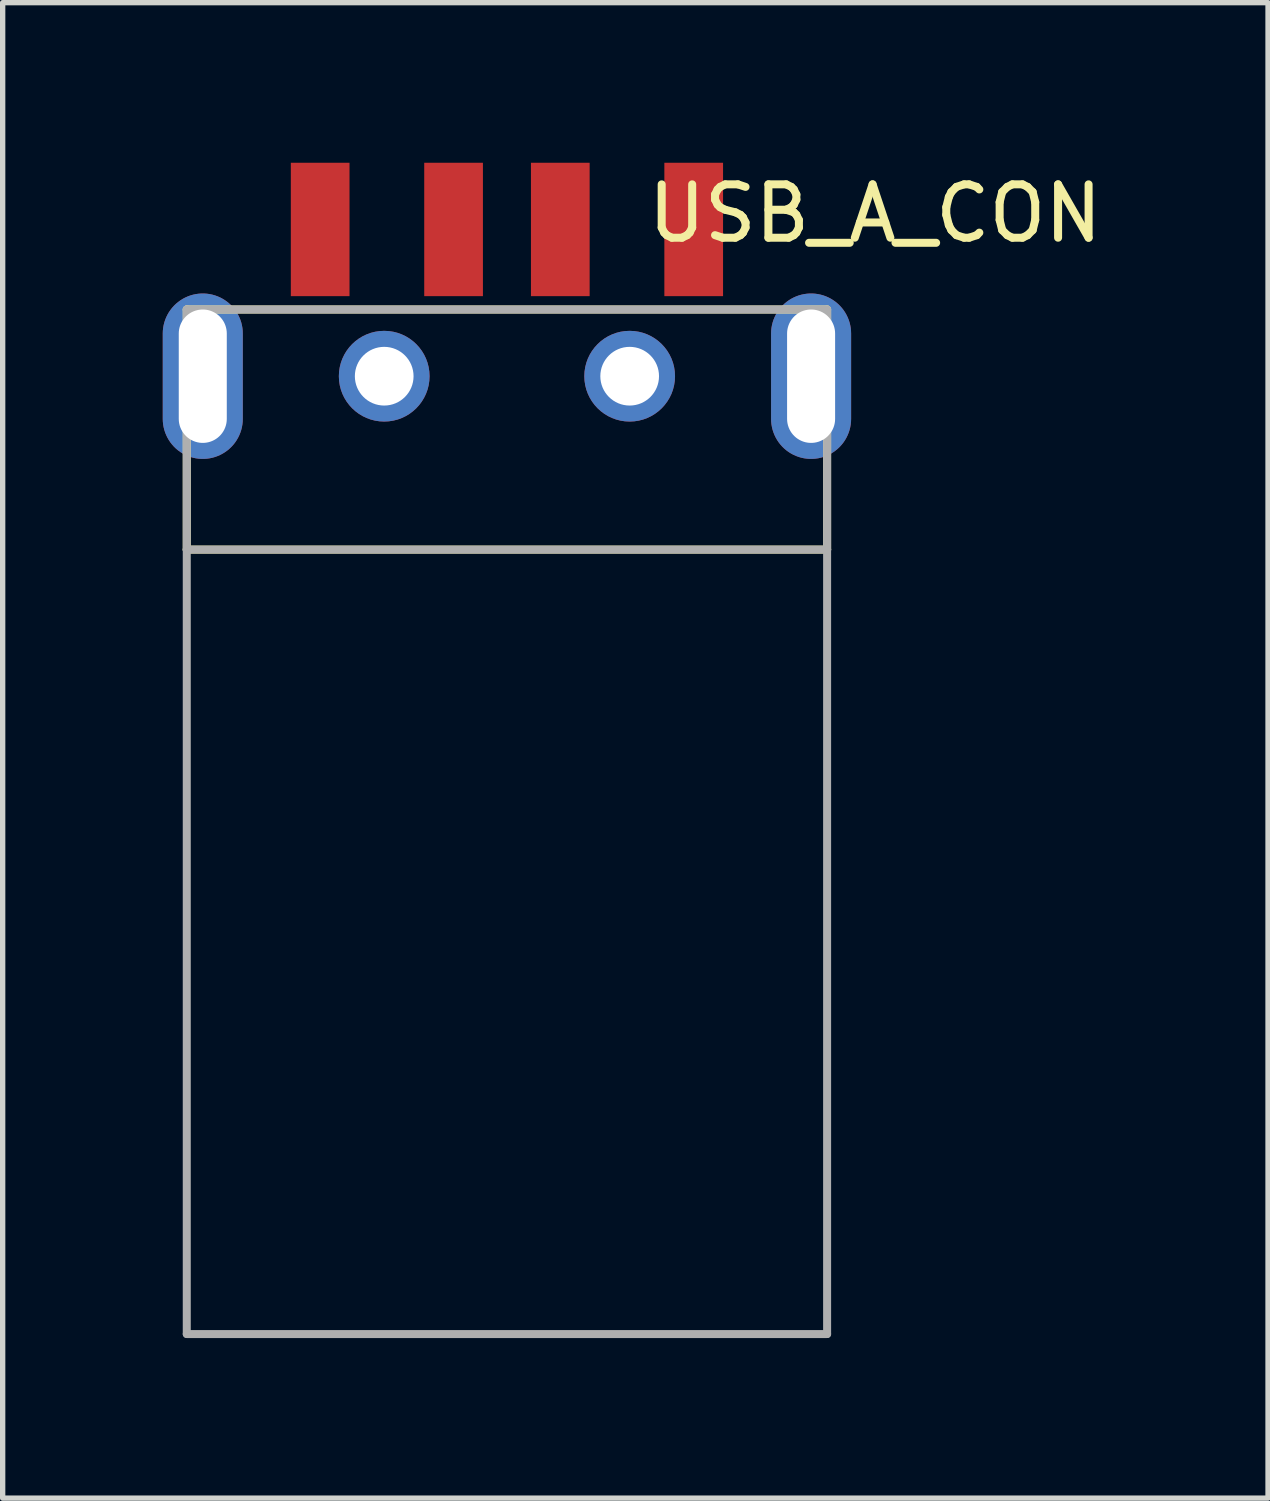
<source format=kicad_pcb>
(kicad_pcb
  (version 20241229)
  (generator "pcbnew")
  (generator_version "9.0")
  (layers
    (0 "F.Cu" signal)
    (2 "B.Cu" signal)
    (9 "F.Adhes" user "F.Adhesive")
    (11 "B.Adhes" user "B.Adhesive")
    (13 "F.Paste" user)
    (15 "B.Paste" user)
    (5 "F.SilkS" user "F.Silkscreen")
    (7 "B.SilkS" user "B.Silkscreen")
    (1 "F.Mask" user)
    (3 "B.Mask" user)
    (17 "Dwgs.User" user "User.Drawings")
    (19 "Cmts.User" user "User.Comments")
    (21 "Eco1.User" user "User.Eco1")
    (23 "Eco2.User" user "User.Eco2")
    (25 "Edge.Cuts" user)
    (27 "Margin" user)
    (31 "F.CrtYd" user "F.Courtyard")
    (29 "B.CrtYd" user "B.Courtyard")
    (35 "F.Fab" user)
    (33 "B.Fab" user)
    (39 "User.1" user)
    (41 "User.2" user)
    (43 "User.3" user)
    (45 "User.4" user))
  (footprint "USB_A_CON"
    (layer "F.Cu")
    (at 6.45 7.25)
    (property "Reference" "USB_A_CON" (at 6.9 -6.3 0) (layer "F.SilkS") (effects (font (size 1 1) (thickness 0.15))))
    (attr through_hole)
    (fp_line (start -6 -4.5) (end -6 0) (stroke (width 0.15) (type solid)) (layer "F.SilkS"))
    (fp_line (start -6 0) (end 6 0) (stroke (width 0.15) (type solid)) (layer "F.SilkS"))
    (fp_line (start 6 -4.5) (end -6 -4.5) (stroke (width 0.15) (type solid)) (layer "F.SilkS"))
    (fp_line (start 6 0) (end 6 -4.5) (stroke (width 0.15) (type solid)) (layer "F.SilkS"))
    (fp_line (start -6 -4.5) (end 6 -4.5) (stroke (width 0.15) (type solid)) (layer "F.Fab"))
    (fp_line (start -6 0) (end -6 -4.5) (stroke (width 0.15) (type solid)) (layer "F.Fab"))
    (fp_line (start -6 14.7) (end -6 0) (stroke (width 0.15) (type solid)) (layer "F.Fab"))
    (fp_line (start 6 -4.5) (end 6 0) (stroke (width 0.15) (type solid)) (layer "F.Fab"))
    (fp_line (start 6 0) (end -6 0) (stroke (width 0.15) (type solid)) (layer "F.Fab"))
    (fp_line (start 6 14.7) (end -6 14.7) (stroke (width 0.15) (type solid)) (layer "F.Fab"))
    (fp_line (start 6 14.7) (end 6 0) (stroke (width 0.15) (type solid)) (layer "F.Fab"))
    (pad "" np_thru_hole circle (at -2.3 -3.25) (size 1.7 1.7) (drill 1.1) (layers "*.Cu" "*.Mask"))
    (pad "" np_thru_hole circle (at 2.3 -3.25) (size 1.7 1.7) (drill 1.1) (layers "*.Cu" "*.Mask"))
    (pad "1" smd rect (at 3.5 -6) (size 1.1 2.5) (layers "F.Cu" "F.Mask" "F.Paste"))
    (pad "2" smd rect (at 1 -6) (size 1.1 2.5) (layers "F.Cu" "F.Mask" "F.Paste"))
    (pad "3" smd rect (at -1 -6) (size 1.1 2.5) (layers "F.Cu" "F.Mask" "F.Paste"))
    (pad "4" smd rect (at -3.5 -6) (size 1.1 2.5) (layers "F.Cu" "F.Mask" "F.Paste"))
    (pad "5" thru_hole oval (at -5.7 -3.25) (size 1.5 3.1) (drill oval 0.9 2.5) (layers "*.Cu" "*.Mask"))
    (pad "5" thru_hole oval (at 5.7 -3.25) (size 1.5 3.1) (drill oval 0.9 2.5) (layers "*.Cu" "*.Mask")))
  (gr_rect
    (start -3 -3)
    (end 20.713 25.025)
    (stroke (width 0.1) (type default))
    (fill no)
    (layer "Edge.Cuts")))
</source>
